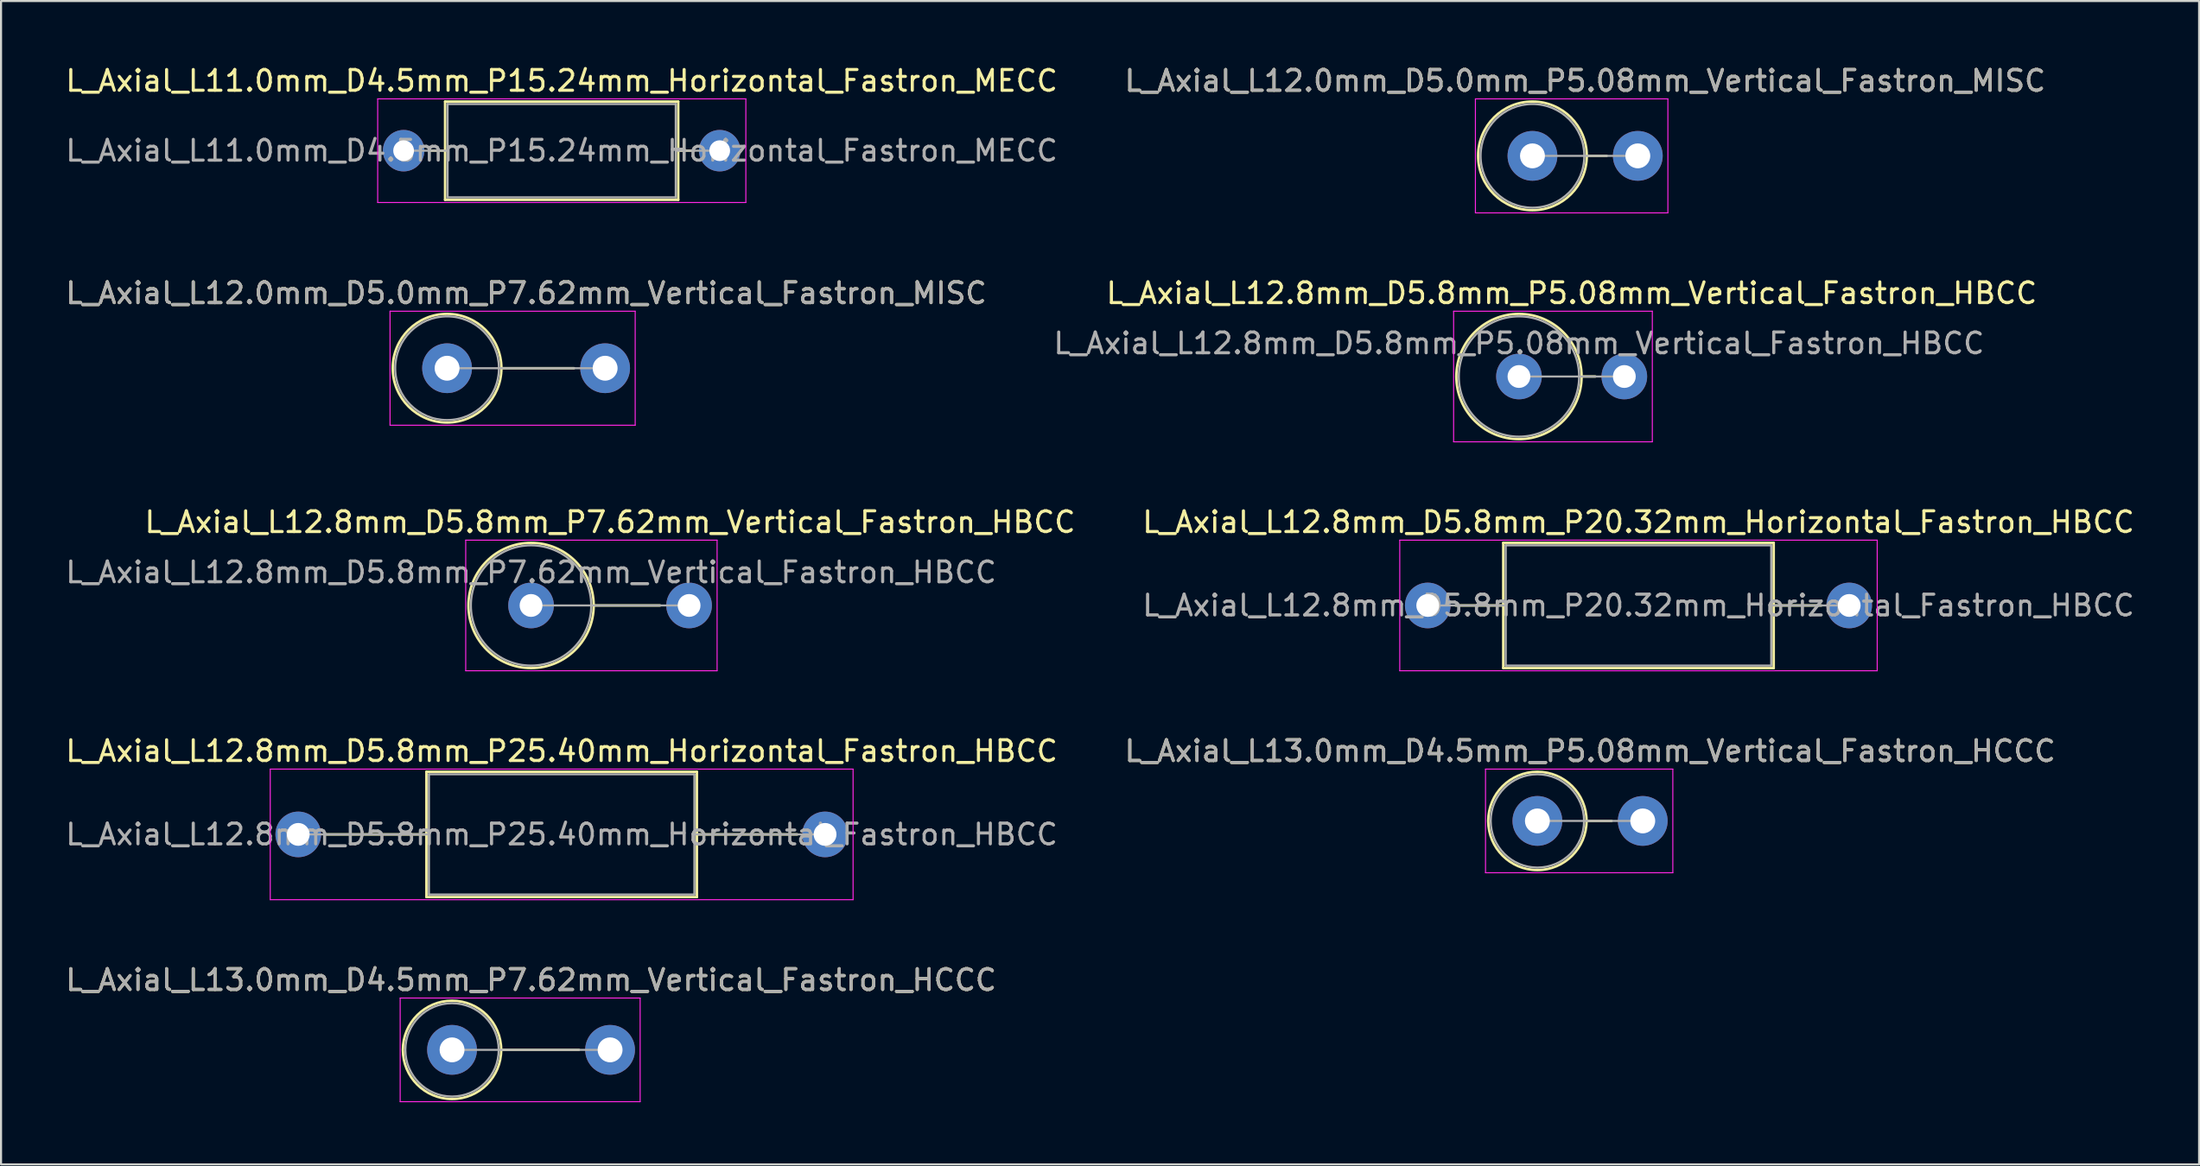
<source format=kicad_pcb>
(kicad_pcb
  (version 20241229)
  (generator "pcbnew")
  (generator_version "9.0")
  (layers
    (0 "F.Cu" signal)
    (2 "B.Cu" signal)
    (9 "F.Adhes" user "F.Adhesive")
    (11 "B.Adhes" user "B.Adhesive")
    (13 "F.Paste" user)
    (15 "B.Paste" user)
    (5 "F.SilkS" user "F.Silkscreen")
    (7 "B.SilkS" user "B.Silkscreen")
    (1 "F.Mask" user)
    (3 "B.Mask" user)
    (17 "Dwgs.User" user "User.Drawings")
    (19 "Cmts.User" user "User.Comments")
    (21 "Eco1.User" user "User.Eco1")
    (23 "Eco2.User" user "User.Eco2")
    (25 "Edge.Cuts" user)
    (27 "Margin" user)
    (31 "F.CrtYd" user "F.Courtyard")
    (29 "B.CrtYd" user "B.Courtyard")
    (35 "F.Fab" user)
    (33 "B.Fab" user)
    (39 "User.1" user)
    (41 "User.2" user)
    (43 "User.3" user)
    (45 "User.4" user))
  (footprint "L_Axial_L12.8mm_D5.8mm_P20.32mm_Horizontal_Fastron_HBCC"
    (layer "F.Cu")
    (at 65.787 26.155)
    (property "Reference" "L_Axial_L12.8mm_D5.8mm_P20.32mm_Horizontal_Fastron_HBCC" (at 10.16 -4.02 0) (layer "F.SilkS") (effects (font (size 1 1) (thickness 0.15))))
    (attr through_hole)
    (fp_line (start 1.34 0) (end 3.64 0) (stroke (width 0.12) (type solid)) (layer "F.SilkS"))
    (fp_line (start 3.64 -3.02) (end 3.64 3.02) (stroke (width 0.12) (type solid)) (layer "F.SilkS"))
    (fp_line (start 3.64 3.02) (end 16.68 3.02) (stroke (width 0.12) (type solid)) (layer "F.SilkS"))
    (fp_line (start 16.68 -3.02) (end 3.64 -3.02) (stroke (width 0.12) (type solid)) (layer "F.SilkS"))
    (fp_line (start 16.68 3.02) (end 16.68 -3.02) (stroke (width 0.12) (type solid)) (layer "F.SilkS"))
    (fp_line (start 18.98 0) (end 16.68 0) (stroke (width 0.12) (type solid)) (layer "F.SilkS"))
    (fp_line (start -1.35 -3.15) (end -1.35 3.15) (stroke (width 0.05) (type solid)) (layer "F.CrtYd"))
    (fp_line (start -1.35 3.15) (end 21.67 3.15) (stroke (width 0.05) (type solid)) (layer "F.CrtYd"))
    (fp_line (start 21.67 -3.15) (end -1.35 -3.15) (stroke (width 0.05) (type solid)) (layer "F.CrtYd"))
    (fp_line (start 21.67 3.15) (end 21.67 -3.15) (stroke (width 0.05) (type solid)) (layer "F.CrtYd"))
    (fp_line (start 0 0) (end 3.76 0) (stroke (width 0.1) (type solid)) (layer "F.Fab"))
    (fp_line (start 3.76 -2.9) (end 3.76 2.9) (stroke (width 0.1) (type solid)) (layer "F.Fab"))
    (fp_line (start 3.76 2.9) (end 16.56 2.9) (stroke (width 0.1) (type solid)) (layer "F.Fab"))
    (fp_line (start 16.56 -2.9) (end 3.76 -2.9) (stroke (width 0.1) (type solid)) (layer "F.Fab"))
    (fp_line (start 16.56 2.9) (end 16.56 -2.9) (stroke (width 0.1) (type solid)) (layer "F.Fab"))
    (fp_line (start 20.32 0) (end 16.56 0) (stroke (width 0.1) (type solid)) (layer "F.Fab"))
    (fp_text user "${REFERENCE}" (at 10.16 0 0) (layer "F.Fab") (effects (font (size 1 1) (thickness 0.15))))
    (pad "1" thru_hole circle (at 0 0) (size 2.2 2.2) (drill 1.1) (layers "*.Cu" "*.Mask"))
    (pad "2" thru_hole oval (at 20.32 0) (size 2.2 2.2) (drill 1.1) (layers "*.Cu" "*.Mask")))
  (footprint "L_Axial_L12.8mm_D5.8mm_P7.62mm_Vertical_Fastron_HBCC"
    (layer "F.Cu")
    (at 22.554 26.155)
    (property "Reference" "L_Axial_L12.8mm_D5.8mm_P7.62mm_Vertical_Fastron_HBCC" (at 3.81 -4.02 0) (layer "F.SilkS") (effects (font (size 1 1) (thickness 0.15))))
    (attr through_hole)
    (fp_line (start 3.02 0) (end 6.22 0) (stroke (width 0.12) (type solid)) (layer "F.SilkS"))
    (fp_circle (center 0 0) (end 3.02 0) (stroke (width 0.12) (type solid)) (fill no) (layer "F.SilkS"))
    (fp_line (start -3.15 -3.15) (end -3.15 3.15) (stroke (width 0.05) (type solid)) (layer "F.CrtYd"))
    (fp_line (start -3.15 3.15) (end 8.97 3.15) (stroke (width 0.05) (type solid)) (layer "F.CrtYd"))
    (fp_line (start 8.97 -3.15) (end -3.15 -3.15) (stroke (width 0.05) (type solid)) (layer "F.CrtYd"))
    (fp_line (start 8.97 3.15) (end 8.97 -3.15) (stroke (width 0.05) (type solid)) (layer "F.CrtYd"))
    (fp_line (start 0 0) (end 7.62 0) (stroke (width 0.1) (type solid)) (layer "F.Fab"))
    (fp_circle (center 0 0) (end 2.9 0) (stroke (width 0.1) (type solid)) (fill no) (layer "F.Fab"))
    (fp_text user "${REFERENCE}" (at 0 -1.6 0) (layer "F.Fab") (effects (font (size 1 1) (thickness 0.15))))
    (pad "1" thru_hole circle (at 0 0) (size 2.2 2.2) (drill 1.1) (layers "*.Cu" "*.Mask"))
    (pad "2" thru_hole oval (at 7.62 0) (size 2.2 2.2) (drill 1.1) (layers "*.Cu" "*.Mask")))
  (footprint "L_Axial_L12.8mm_D5.8mm_P5.08mm_Vertical_Fastron_HBCC"
    (layer "F.Cu")
    (at 70.185 15.111)
    (property "Reference" "L_Axial_L12.8mm_D5.8mm_P5.08mm_Vertical_Fastron_HBCC" (at 2.54 -4.02 0) (layer "F.SilkS") (effects (font (size 1 1) (thickness 0.15))))
    (attr through_hole)
    (fp_line (start 3.02 0) (end 3.68 0) (stroke (width 0.12) (type solid)) (layer "F.SilkS"))
    (fp_circle (center 0 0) (end 3.02 0) (stroke (width 0.12) (type solid)) (fill no) (layer "F.SilkS"))
    (fp_line (start -3.15 -3.15) (end -3.15 3.15) (stroke (width 0.05) (type solid)) (layer "F.CrtYd"))
    (fp_line (start -3.15 3.15) (end 6.43 3.15) (stroke (width 0.05) (type solid)) (layer "F.CrtYd"))
    (fp_line (start 6.43 -3.15) (end -3.15 -3.15) (stroke (width 0.05) (type solid)) (layer "F.CrtYd"))
    (fp_line (start 6.43 3.15) (end 6.43 -3.15) (stroke (width 0.05) (type solid)) (layer "F.CrtYd"))
    (fp_line (start 0 0) (end 5.08 0) (stroke (width 0.1) (type solid)) (layer "F.Fab"))
    (fp_circle (center 0 0) (end 2.9 0) (stroke (width 0.1) (type solid)) (fill no) (layer "F.Fab"))
    (fp_text user "${REFERENCE}" (at 0 -1.6 0) (layer "F.Fab") (effects (font (size 1 1) (thickness 0.15))))
    (pad "1" thru_hole circle (at 0 0) (size 2.2 2.2) (drill 1.1) (layers "*.Cu" "*.Mask"))
    (pad "2" thru_hole oval (at 5.08 0) (size 2.2 2.2) (drill 1.1) (layers "*.Cu" "*.Mask")))
  (footprint "L_Axial_L13.0mm_D4.5mm_P7.62mm_Vertical_Fastron_HCCC"
    (layer "F.Cu")
    (at 18.744 47.591)
    (property "Reference" "L_Axial_L13.0mm_D4.5mm_P7.62mm_Vertical_Fastron_HCCC" (at 3.81 -3.37 0) (layer "F.SilkS") (effects (font (size 1 1) (thickness 0.15))))
    (attr through_hole)
    (fp_line (start 2.37 0) (end 6.12 0) (stroke (width 0.12) (type solid)) (layer "F.SilkS"))
    (fp_circle (center 0 0) (end 2.37 0) (stroke (width 0.12) (type solid)) (fill no) (layer "F.SilkS"))
    (fp_line (start -2.5 -2.5) (end -2.5 2.5) (stroke (width 0.05) (type solid)) (layer "F.CrtYd"))
    (fp_line (start -2.5 2.5) (end 9.07 2.5) (stroke (width 0.05) (type solid)) (layer "F.CrtYd"))
    (fp_line (start 9.07 -2.5) (end -2.5 -2.5) (stroke (width 0.05) (type solid)) (layer "F.CrtYd"))
    (fp_line (start 9.07 2.5) (end 9.07 -2.5) (stroke (width 0.05) (type solid)) (layer "F.CrtYd"))
    (fp_line (start 0 0) (end 7.62 0) (stroke (width 0.1) (type solid)) (layer "F.Fab"))
    (fp_circle (center 0 0) (end 2.25 0) (stroke (width 0.1) (type solid)) (fill no) (layer "F.Fab"))
    (fp_text user "${REFERENCE}" (at 3.81 -3.37 0) (layer "F.Fab") (effects (font (size 1 1) (thickness 0.15))))
    (pad "1" thru_hole circle (at 0 0) (size 2.4 2.4) (drill 1.2) (layers "*.Cu" "*.Mask"))
    (pad "2" thru_hole oval (at 7.62 0) (size 2.4 2.4) (drill 1.2) (layers "*.Cu" "*.Mask")))
  (footprint "L_Axial_L12.0mm_D5.0mm_P5.08mm_Vertical_Fastron_MISC"
    (layer "F.Cu")
    (at 70.835 4.468)
    (property "Reference" "L_Axial_L12.0mm_D5.0mm_P5.08mm_Vertical_Fastron_MISC" (at 2.54 -3.62 0) (layer "F.SilkS") (effects (font (size 1 1) (thickness 0.15))))
    (attr through_hole)
    (fp_line (start 2.62 0) (end 3.58 0) (stroke (width 0.12) (type solid)) (layer "F.SilkS"))
    (fp_circle (center 0 0) (end 2.62 0) (stroke (width 0.12) (type solid)) (fill no) (layer "F.SilkS"))
    (fp_line (start -2.75 -2.75) (end -2.75 2.75) (stroke (width 0.05) (type solid)) (layer "F.CrtYd"))
    (fp_line (start -2.75 2.75) (end 6.53 2.75) (stroke (width 0.05) (type solid)) (layer "F.CrtYd"))
    (fp_line (start 6.53 -2.75) (end -2.75 -2.75) (stroke (width 0.05) (type solid)) (layer "F.CrtYd"))
    (fp_line (start 6.53 2.75) (end 6.53 -2.75) (stroke (width 0.05) (type solid)) (layer "F.CrtYd"))
    (fp_line (start 0 0) (end 5.08 0) (stroke (width 0.1) (type solid)) (layer "F.Fab"))
    (fp_circle (center 0 0) (end 2.5 0) (stroke (width 0.1) (type solid)) (fill no) (layer "F.Fab"))
    (fp_text user "${REFERENCE}" (at 2.54 -3.62 0) (layer "F.Fab") (effects (font (size 1 1) (thickness 0.15))))
    (pad "1" thru_hole circle (at 0 0) (size 2.4 2.4) (drill 1.2) (layers "*.Cu" "*.Mask"))
    (pad "2" thru_hole oval (at 5.08 0) (size 2.4 2.4) (drill 1.2) (layers "*.Cu" "*.Mask")))
  (footprint "L_Axial_L12.0mm_D5.0mm_P7.62mm_Vertical_Fastron_MISC"
    (layer "F.Cu")
    (at 18.505 14.711)
    (property "Reference" "L_Axial_L12.0mm_D5.0mm_P7.62mm_Vertical_Fastron_MISC" (at 3.81 -3.62 0) (layer "F.SilkS") (effects (font (size 1 1) (thickness 0.15))))
    (attr through_hole)
    (fp_line (start 2.62 0) (end 6.12 0) (stroke (width 0.12) (type solid)) (layer "F.SilkS"))
    (fp_circle (center 0 0) (end 2.62 0) (stroke (width 0.12) (type solid)) (fill no) (layer "F.SilkS"))
    (fp_line (start -2.75 -2.75) (end -2.75 2.75) (stroke (width 0.05) (type solid)) (layer "F.CrtYd"))
    (fp_line (start -2.75 2.75) (end 9.07 2.75) (stroke (width 0.05) (type solid)) (layer "F.CrtYd"))
    (fp_line (start 9.07 -2.75) (end -2.75 -2.75) (stroke (width 0.05) (type solid)) (layer "F.CrtYd"))
    (fp_line (start 9.07 2.75) (end 9.07 -2.75) (stroke (width 0.05) (type solid)) (layer "F.CrtYd"))
    (fp_line (start 0 0) (end 7.62 0) (stroke (width 0.1) (type solid)) (layer "F.Fab"))
    (fp_circle (center 0 0) (end 2.5 0) (stroke (width 0.1) (type solid)) (fill no) (layer "F.Fab"))
    (fp_text user "${REFERENCE}" (at 3.81 -3.62 0) (layer "F.Fab") (effects (font (size 1 1) (thickness 0.15))))
    (pad "1" thru_hole circle (at 0 0) (size 2.4 2.4) (drill 1.2) (layers "*.Cu" "*.Mask"))
    (pad "2" thru_hole oval (at 7.62 0) (size 2.4 2.4) (drill 1.2) (layers "*.Cu" "*.Mask")))
  (footprint "L_Axial_L13.0mm_D4.5mm_P5.08mm_Vertical_Fastron_HCCC"
    (layer "F.Cu")
    (at 71.073 36.548)
    (property "Reference" "L_Axial_L13.0mm_D4.5mm_P5.08mm_Vertical_Fastron_HCCC" (at 2.54 -3.37 0) (layer "F.SilkS") (effects (font (size 1 1) (thickness 0.15))))
    (attr through_hole)
    (fp_line (start 2.37 0) (end 3.58 0) (stroke (width 0.12) (type solid)) (layer "F.SilkS"))
    (fp_circle (center 0 0) (end 2.37 0) (stroke (width 0.12) (type solid)) (fill no) (layer "F.SilkS"))
    (fp_line (start -2.5 -2.5) (end -2.5 2.5) (stroke (width 0.05) (type solid)) (layer "F.CrtYd"))
    (fp_line (start -2.5 2.5) (end 6.53 2.5) (stroke (width 0.05) (type solid)) (layer "F.CrtYd"))
    (fp_line (start 6.53 -2.5) (end -2.5 -2.5) (stroke (width 0.05) (type solid)) (layer "F.CrtYd"))
    (fp_line (start 6.53 2.5) (end 6.53 -2.5) (stroke (width 0.05) (type solid)) (layer "F.CrtYd"))
    (fp_line (start 0 0) (end 5.08 0) (stroke (width 0.1) (type solid)) (layer "F.Fab"))
    (fp_circle (center 0 0) (end 2.25 0) (stroke (width 0.1) (type solid)) (fill no) (layer "F.Fab"))
    (fp_text user "${REFERENCE}" (at 2.54 -3.37 0) (layer "F.Fab") (effects (font (size 1 1) (thickness 0.15))))
    (pad "1" thru_hole circle (at 0 0) (size 2.4 2.4) (drill 1.2) (layers "*.Cu" "*.Mask"))
    (pad "2" thru_hole oval (at 5.08 0) (size 2.4 2.4) (drill 1.2) (layers "*.Cu" "*.Mask")))
  (footprint "L_Axial_L11.0mm_D4.5mm_P15.24mm_Horizontal_Fastron_MECC"
    (layer "F.Cu")
    (at 16.41 4.218)
    (property "Reference" "L_Axial_L11.0mm_D4.5mm_P15.24mm_Horizontal_Fastron_MECC" (at 7.62 -3.37 0) (layer "F.SilkS") (effects (font (size 1 1) (thickness 0.15))))
    (attr through_hole)
    (fp_line (start 1.24 0) (end 2 0) (stroke (width 0.12) (type solid)) (layer "F.SilkS"))
    (fp_line (start 2 -2.37) (end 2 2.37) (stroke (width 0.12) (type solid)) (layer "F.SilkS"))
    (fp_line (start 2 2.37) (end 13.24 2.37) (stroke (width 0.12) (type solid)) (layer "F.SilkS"))
    (fp_line (start 13.24 -2.37) (end 2 -2.37) (stroke (width 0.12) (type solid)) (layer "F.SilkS"))
    (fp_line (start 13.24 2.37) (end 13.24 -2.37) (stroke (width 0.12) (type solid)) (layer "F.SilkS"))
    (fp_line (start 14 0) (end 13.24 0) (stroke (width 0.12) (type solid)) (layer "F.SilkS"))
    (fp_line (start -1.25 -2.5) (end -1.25 2.5) (stroke (width 0.05) (type solid)) (layer "F.CrtYd"))
    (fp_line (start -1.25 2.5) (end 16.5 2.5) (stroke (width 0.05) (type solid)) (layer "F.CrtYd"))
    (fp_line (start 16.5 -2.5) (end -1.25 -2.5) (stroke (width 0.05) (type solid)) (layer "F.CrtYd"))
    (fp_line (start 16.5 2.5) (end 16.5 -2.5) (stroke (width 0.05) (type solid)) (layer "F.CrtYd"))
    (fp_line (start 0 0) (end 2.12 0) (stroke (width 0.1) (type solid)) (layer "F.Fab"))
    (fp_line (start 2.12 -2.25) (end 2.12 2.25) (stroke (width 0.1) (type solid)) (layer "F.Fab"))
    (fp_line (start 2.12 2.25) (end 13.12 2.25) (stroke (width 0.1) (type solid)) (layer "F.Fab"))
    (fp_line (start 13.12 -2.25) (end 2.12 -2.25) (stroke (width 0.1) (type solid)) (layer "F.Fab"))
    (fp_line (start 13.12 2.25) (end 13.12 -2.25) (stroke (width 0.1) (type solid)) (layer "F.Fab"))
    (fp_line (start 15.24 0) (end 13.12 0) (stroke (width 0.1) (type solid)) (layer "F.Fab"))
    (fp_text user "${REFERENCE}" (at 7.62 0 0) (layer "F.Fab") (effects (font (size 1 1) (thickness 0.15))))
    (pad "1" thru_hole circle (at 0 0) (size 2 2) (drill 1) (layers "*.Cu" "*.Mask"))
    (pad "2" thru_hole oval (at 15.24 0) (size 2 2) (drill 1) (layers "*.Cu" "*.Mask")))
  (footprint "L_Axial_L12.8mm_D5.8mm_P25.40mm_Horizontal_Fastron_HBCC"
    (layer "F.Cu")
    (at 11.33 37.198)
    (property "Reference" "L_Axial_L12.8mm_D5.8mm_P25.40mm_Horizontal_Fastron_HBCC" (at 12.7 -4.02 0) (layer "F.SilkS") (effects (font (size 1 1) (thickness 0.15))))
    (attr through_hole)
    (fp_line (start 1.34 0) (end 6.18 0) (stroke (width 0.12) (type solid)) (layer "F.SilkS"))
    (fp_line (start 6.18 -3.02) (end 6.18 3.02) (stroke (width 0.12) (type solid)) (layer "F.SilkS"))
    (fp_line (start 6.18 3.02) (end 19.22 3.02) (stroke (width 0.12) (type solid)) (layer "F.SilkS"))
    (fp_line (start 19.22 -3.02) (end 6.18 -3.02) (stroke (width 0.12) (type solid)) (layer "F.SilkS"))
    (fp_line (start 19.22 3.02) (end 19.22 -3.02) (stroke (width 0.12) (type solid)) (layer "F.SilkS"))
    (fp_line (start 24.06 0) (end 19.22 0) (stroke (width 0.12) (type solid)) (layer "F.SilkS"))
    (fp_line (start -1.35 -3.15) (end -1.35 3.15) (stroke (width 0.05) (type solid)) (layer "F.CrtYd"))
    (fp_line (start -1.35 3.15) (end 26.75 3.15) (stroke (width 0.05) (type solid)) (layer "F.CrtYd"))
    (fp_line (start 26.75 -3.15) (end -1.35 -3.15) (stroke (width 0.05) (type solid)) (layer "F.CrtYd"))
    (fp_line (start 26.75 3.15) (end 26.75 -3.15) (stroke (width 0.05) (type solid)) (layer "F.CrtYd"))
    (fp_line (start 0 0) (end 6.3 0) (stroke (width 0.1) (type solid)) (layer "F.Fab"))
    (fp_line (start 6.3 -2.9) (end 6.3 2.9) (stroke (width 0.1) (type solid)) (layer "F.Fab"))
    (fp_line (start 6.3 2.9) (end 19.1 2.9) (stroke (width 0.1) (type solid)) (layer "F.Fab"))
    (fp_line (start 19.1 -2.9) (end 6.3 -2.9) (stroke (width 0.1) (type solid)) (layer "F.Fab"))
    (fp_line (start 19.1 2.9) (end 19.1 -2.9) (stroke (width 0.1) (type solid)) (layer "F.Fab"))
    (fp_line (start 25.4 0) (end 19.1 0) (stroke (width 0.1) (type solid)) (layer "F.Fab"))
    (fp_text user "${REFERENCE}" (at 12.7 0 0) (layer "F.Fab") (effects (font (size 1 1) (thickness 0.15))))
    (pad "1" thru_hole circle (at 0 0) (size 2.2 2.2) (drill 1.1) (layers "*.Cu" "*.Mask"))
    (pad "2" thru_hole oval (at 25.4 0) (size 2.2 2.2) (drill 1.1) (layers "*.Cu" "*.Mask")))
  (gr_rect
    (start -3 -3)
    (end 102.977 53.116)
    (stroke (width 0.1) (type default))
    (fill no)
    (layer "Edge.Cuts")))
</source>
